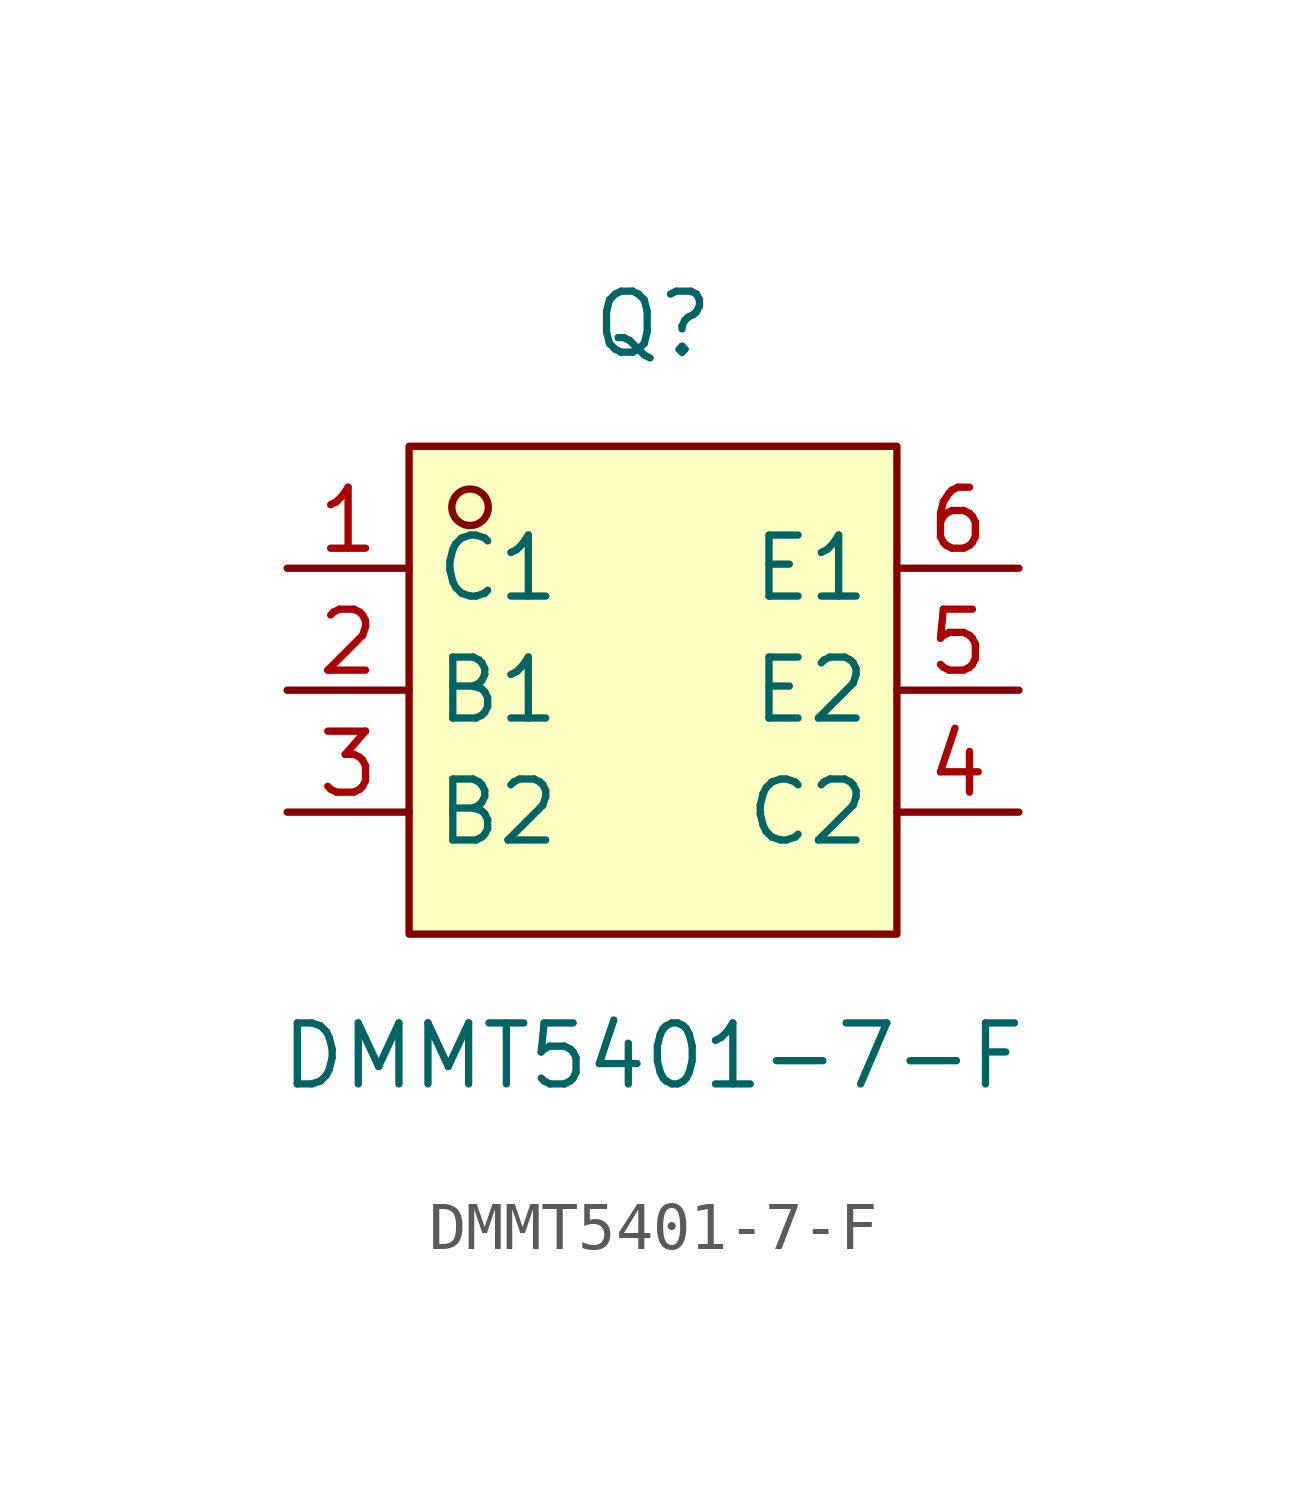
<source format=kicad_sym>
(kicad_symbol_lib
  (version 20211014)
  (generator kicad_symbol_editor)
  (symbol "DMMT5401-7-F"
    (property "Reference" "Q"
      (at 0 7.62 0)
      (effects (font (size 1.27 1.27))))
    (property "Value" "DMMT5401-7-F"
      (at 0 -7.62 0)
      (effects (font (size 1.27 1.27))))
    (symbol "DMMT5401-7-F_0_1"
      (rectangle (start -5.08 5.08) (end 5.08 -5.08) (stroke (width 0) (type default) (color 0 0 0 0)) (fill (type background)))
      (circle (center -3.81 3.81) (radius 0.38) (stroke (width 0) (type default) (color 0 0 0 0)) (fill (type none)))
      (pin input line (at -7.62 2.54 0) (length 2.54) (name "C1" (effects (font (size 1.27 1.27)))) (number "1" (effects (font (size 1.27 1.27)))))
      (pin input line (at -7.62 0 0) (length 2.54) (name "B1" (effects (font (size 1.27 1.27)))) (number "2" (effects (font (size 1.27 1.27)))))
      (pin input line (at -7.62 -2.54 0) (length 2.54) (name "B2" (effects (font (size 1.27 1.27)))) (number "3" (effects (font (size 1.27 1.27)))))
      (pin input line (at 7.62 -2.54 180) (length 2.54) (name "C2" (effects (font (size 1.27 1.27)))) (number "4" (effects (font (size 1.27 1.27)))))
      (pin input line (at 7.62 0 180) (length 2.54) (name "E2" (effects (font (size 1.27 1.27)))) (number "5" (effects (font (size 1.27 1.27)))))
      (pin input line (at 7.62 2.54 180) (length 2.54) (name "E1" (effects (font (size 1.27 1.27)))) (number "6" (effects (font (size 1.27 1.27))))))))
</source>
